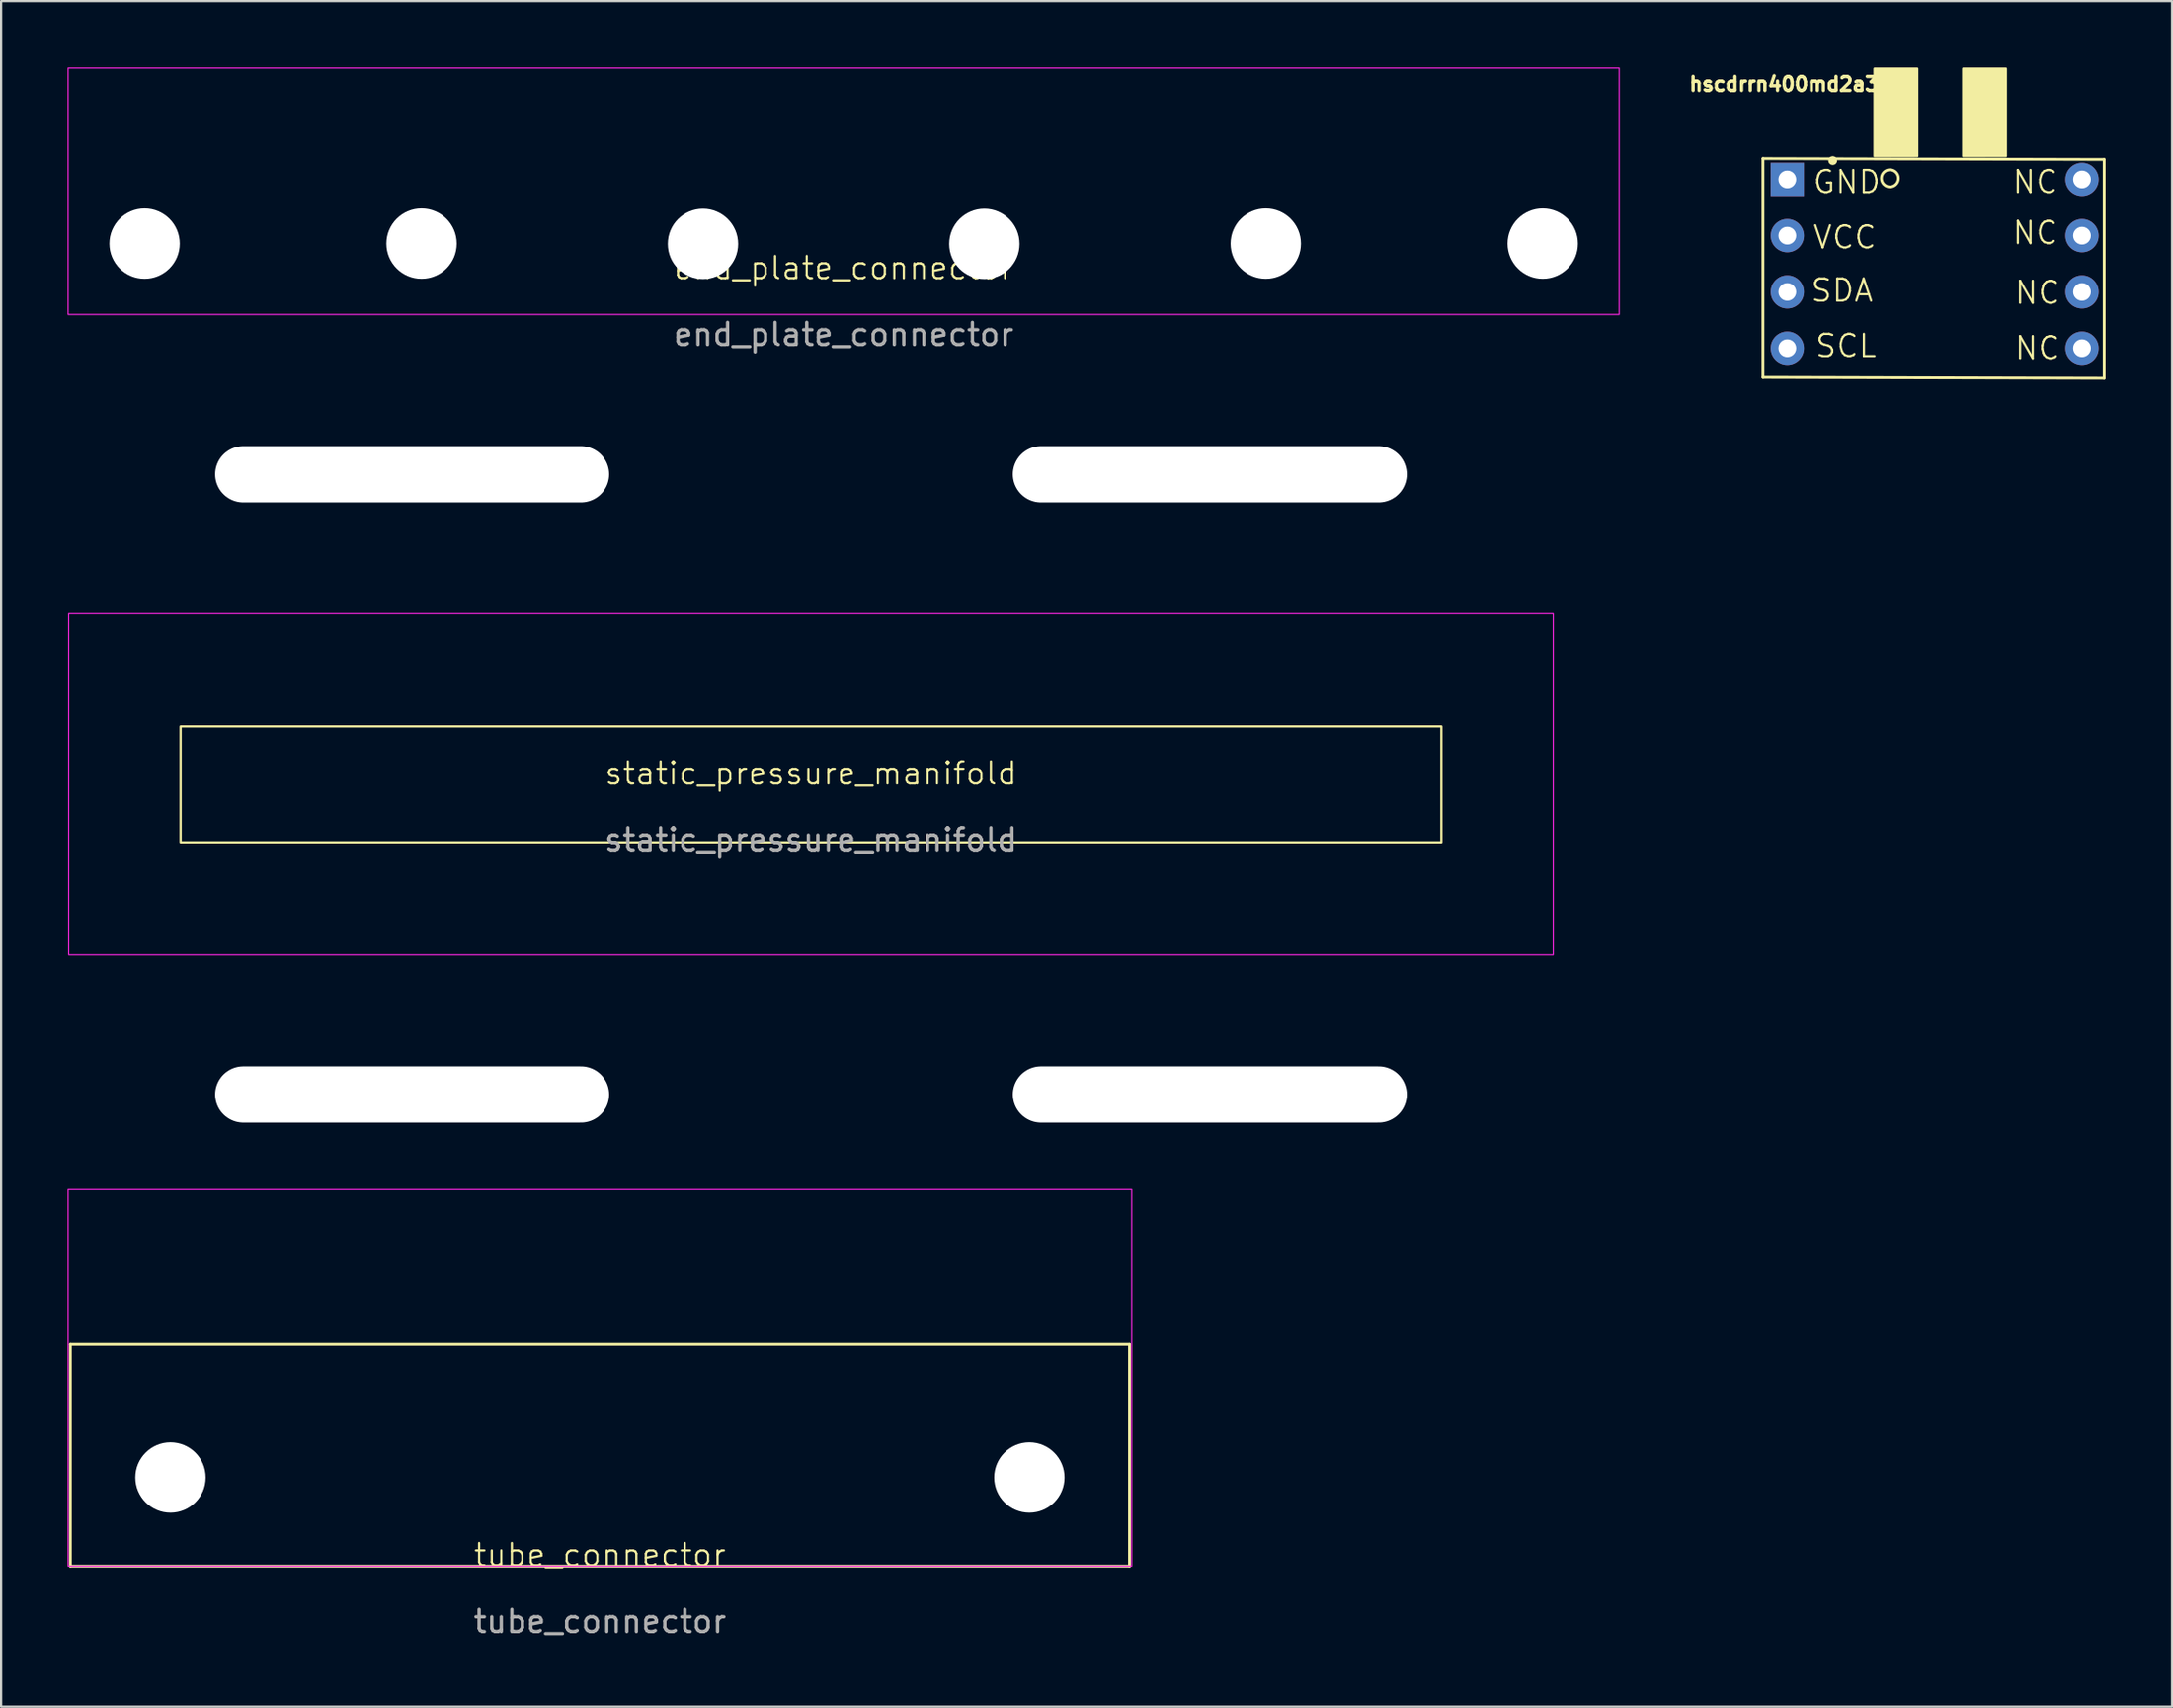
<source format=kicad_pcb>
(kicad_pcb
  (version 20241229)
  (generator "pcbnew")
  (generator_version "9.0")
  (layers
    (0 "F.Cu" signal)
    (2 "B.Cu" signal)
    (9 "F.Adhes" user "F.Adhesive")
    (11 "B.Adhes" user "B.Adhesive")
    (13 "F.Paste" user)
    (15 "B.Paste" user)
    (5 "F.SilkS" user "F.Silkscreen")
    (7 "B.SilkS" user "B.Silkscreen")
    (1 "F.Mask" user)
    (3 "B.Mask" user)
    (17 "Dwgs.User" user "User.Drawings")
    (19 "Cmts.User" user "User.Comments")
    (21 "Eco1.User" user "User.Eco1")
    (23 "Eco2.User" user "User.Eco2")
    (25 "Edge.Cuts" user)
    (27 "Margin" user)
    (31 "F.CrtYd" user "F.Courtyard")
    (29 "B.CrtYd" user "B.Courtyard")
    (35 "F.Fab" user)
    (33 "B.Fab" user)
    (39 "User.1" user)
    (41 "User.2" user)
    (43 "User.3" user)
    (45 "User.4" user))
  (footprint "static_pressure_manifold"
    (layer "F.Cu")
    (at 33.55 32.364)
    (property "Reference" "static_pressure_manifold" (at 0 -0.5 0) (unlocked yes) (layer "F.SilkS") (effects (font (size 1 1) (thickness 0.1))))
    (attr through_hole)
    (fp_rect (start -28.45 -2.615) (end 28.45 2.615) (stroke (width 0.1) (type default)) (fill no) (layer "F.SilkS"))
    (fp_rect (start -33.5 -7.7) (end 33.5 7.7) (stroke (width 0.05) (type default)) (fill no) (layer "F.CrtYd"))
    (fp_rect (start -33.5 -12.775) (end 33.5 12.775) (stroke (width 0.1) (type default)) (fill no) (layer "User.1"))
    (fp_text user "${REFERENCE}" (at 0 2.5 0) (unlocked yes) (layer "F.Fab") (effects (font (size 1 1) (thickness 0.15))))
    (pad "" np_thru_hole oval (at -18 -14) (size 17.78 2.54) (drill oval 17.78 2.54) (layers "*.Cu" "*.Mask"))
    (pad "" np_thru_hole oval (at -18 14) (size 17.78 2.54) (drill oval 17.78 2.54) (layers "*.Cu" "*.Mask"))
    (pad "" np_thru_hole oval (at 18 -14) (size 17.78 2.54) (drill oval 17.78 2.54) (layers "*.Cu" "*.Mask"))
    (pad "" np_thru_hole oval (at 18 14) (size 17.78 2.54) (drill oval 17.78 2.54) (layers "*.Cu" "*.Mask")))
  (footprint "hscdrrn400md2a3"
    (layer "F.Cu")
    (at 84.513 9.05)
    (property "Reference" "hscdrrn400md2a3" (at -7.042 -8.302 0) (layer "F.SilkS") (effects (font (size 0.63 0.63) (thickness 0.15))))
    (attr through_hole)
    (fp_line (start -8 -4.94) (end 7.4 -4.9) (stroke (width 0.127) (type solid)) (layer "F.SilkS"))
    (fp_line (start -8 4.94) (end -8 -4.94) (stroke (width 0.127) (type solid)) (layer "F.SilkS"))
    (fp_line (start 7.4 -4.9) (end 7.4 4.98) (stroke (width 0.127) (type solid)) (layer "F.SilkS"))
    (fp_line (start 7.4 4.98) (end -8 4.94) (stroke (width 0.127) (type solid)) (layer "F.SilkS"))
    (fp_rect (start -2.965 -9) (end -1.035 -5.05) (stroke (width 0.1) (type solid)) (fill yes) (layer "F.SilkS"))
    (fp_rect (start 1.035 -9) (end 2.965 -5.05) (stroke (width 0.1) (type solid)) (fill yes) (layer "F.SilkS"))
    (fp_circle (center -4.85 -4.85) (end -4.75 -4.85) (stroke (width 0.2) (type solid)) (fill no) (layer "F.SilkS"))
    (fp_circle (center -2.27 -4.05) (end -1.884 -4.05) (stroke (width 0.127) (type solid)) (fill no) (layer "F.SilkS"))
    (fp_text user "VCC" (at -5.8 -0.8 0) (unlocked yes) (layer "F.SilkS") (effects (font (size 1 1) (thickness 0.1)) (justify left bottom)))
    (fp_text user "NC" (at 3.3 1.7 0) (unlocked yes) (layer "F.SilkS") (effects (font (size 1 1) (thickness 0.1)) (justify left bottom)))
    (fp_text user "SDA" (at -5.9 1.6 0) (unlocked yes) (layer "F.SilkS") (effects (font (size 1 1) (thickness 0.1)) (justify left bottom)))
    (fp_text user "NC" (at 3.2 -3.3 0) (unlocked yes) (layer "F.SilkS") (effects (font (size 1 1) (thickness 0.1)) (justify left bottom)))
    (fp_text user "NC" (at 3.3 4.2 0) (unlocked yes) (layer "F.SilkS") (effects (font (size 1 1) (thickness 0.1)) (justify left bottom)))
    (fp_text user "SCL" (at -5.7 4.1 0) (unlocked yes) (layer "F.SilkS") (effects (font (size 1 1) (thickness 0.1)) (justify left bottom)))
    (fp_text user "GND" (at -5.8 -3.3 0) (unlocked yes) (layer "F.SilkS") (effects (font (size 1 1) (thickness 0.1)) (justify left bottom)))
    (fp_text user "NC" (at 3.2 -1 0) (unlocked yes) (layer "F.SilkS") (effects (font (size 1 1) (thickness 0.1)) (justify left bottom)))
    (pad "1" thru_hole rect (at -6.9 -4) (size 1.5 1.5) (drill 0.8) (layers "*.Cu" "*.Mask"))
    (pad "2" thru_hole circle (at -6.9 -1.46) (size 1.5 1.5) (drill 0.8) (layers "*.Cu" "*.Mask"))
    (pad "3" thru_hole circle (at -6.9 1.08) (size 1.5 1.5) (drill 0.8) (layers "*.Cu" "*.Mask"))
    (pad "4" thru_hole circle (at -6.9 3.62) (size 1.5 1.5) (drill 0.8) (layers "*.Cu" "*.Mask"))
    (pad "5" thru_hole circle (at 6.4 3.62) (size 1.5 1.5) (drill 0.8) (layers "*.Cu" "*.Mask"))
    (pad "6" thru_hole circle (at 6.4 1.08) (size 1.5 1.5) (drill 0.8) (layers "*.Cu" "*.Mask"))
    (pad "7" thru_hole circle (at 6.4 -1.46) (size 1.5 1.5) (drill 0.8) (layers "*.Cu" "*.Mask"))
    (pad "8" thru_hole circle (at 6.4 -4) (size 1.5 1.5) (drill 0.8) (layers "*.Cu" "*.Mask")))
  (footprint "tube_connector"
    (layer "F.Cu")
    (at 24.025 67.659)
    (property "Reference" "tube_connector" (at 0 -0.5 0) (unlocked yes) (layer "F.SilkS") (effects (font (size 1 1) (thickness 0.1))))
    (attr through_hole)
    (fp_line (start -23.9 -10) (end 23.9 -10) (stroke (width 0.127) (type solid)) (layer "F.SilkS"))
    (fp_line (start -23.9 0) (end -23.9 -10) (stroke (width 0.127) (type solid)) (layer "F.SilkS"))
    (fp_line (start 23.9 -10) (end 23.9 0) (stroke (width 0.127) (type solid)) (layer "F.SilkS"))
    (fp_line (start 23.9 0) (end -23.9 0) (stroke (width 0.127) (type solid)) (layer "F.SilkS"))
    (fp_rect (start -24 0) (end 24 -17) (stroke (width 0.05) (type default)) (fill no) (layer "F.CrtYd"))
    (fp_text user "${REFERENCE}" (at 0 2.5 0) (unlocked yes) (layer "F.Fab") (effects (font (size 1 1) (thickness 0.15))))
    (pad "" np_thru_hole circle (at -19.38 -4) (size 3.175 3.175) (drill 3.175) (layers "*.Cu" "*.Mask"))
    (pad "" np_thru_hole circle (at 19.38 -4) (size 3.175 3.175) (drill 3.175) (layers "*.Cu" "*.Mask")))
  (footprint "end_plate_connector"
    (layer "F.Cu")
    (at 35.025 9.55)
    (property "Reference" "end_plate_connector" (at 0 -0.5 0) (unlocked yes) (layer "F.SilkS") (effects (font (size 1 1) (thickness 0.1))))
    (attr through_hole)
    (fp_rect (start -35 -9.525) (end 35 1.6) (stroke (width 0.05) (type default)) (fill no) (layer "F.CrtYd"))
    (fp_text user "${REFERENCE}" (at 0 2.5 0) (unlocked yes) (layer "F.Fab") (effects (font (size 1 1) (thickness 0.15))))
    (pad "" np_thru_hole circle (at -31.55 -1.6) (size 3.175 3.175) (drill 3.175) (layers "*.Cu" "*.Mask"))
    (pad "" np_thru_hole circle (at -19.05 -1.6) (size 3.175 3.175) (drill 3.175) (layers "*.Cu" "*.Mask"))
    (pad "" np_thru_hole circle (at -6.35 -1.587) (size 3.175 3.175) (drill 3.175) (layers "*.Cu" "*.Mask"))
    (pad "" np_thru_hole circle (at 6.35 -1.587) (size 3.175 3.175) (drill 3.175) (layers "*.Cu" "*.Mask"))
    (pad "" np_thru_hole circle (at 19.05 -1.6) (size 3.175 3.175) (drill 3.175) (layers "*.Cu" "*.Mask"))
    (pad "" np_thru_hole circle (at 31.55 -1.6) (size 3.175 3.175) (drill 3.175) (layers "*.Cu" "*.Mask")))
  (gr_rect
    (start -3 -3)
    (end 94.977 74.007)
    (stroke (width 0.1) (type default))
    (fill no)
    (layer "Edge.Cuts")))
</source>
